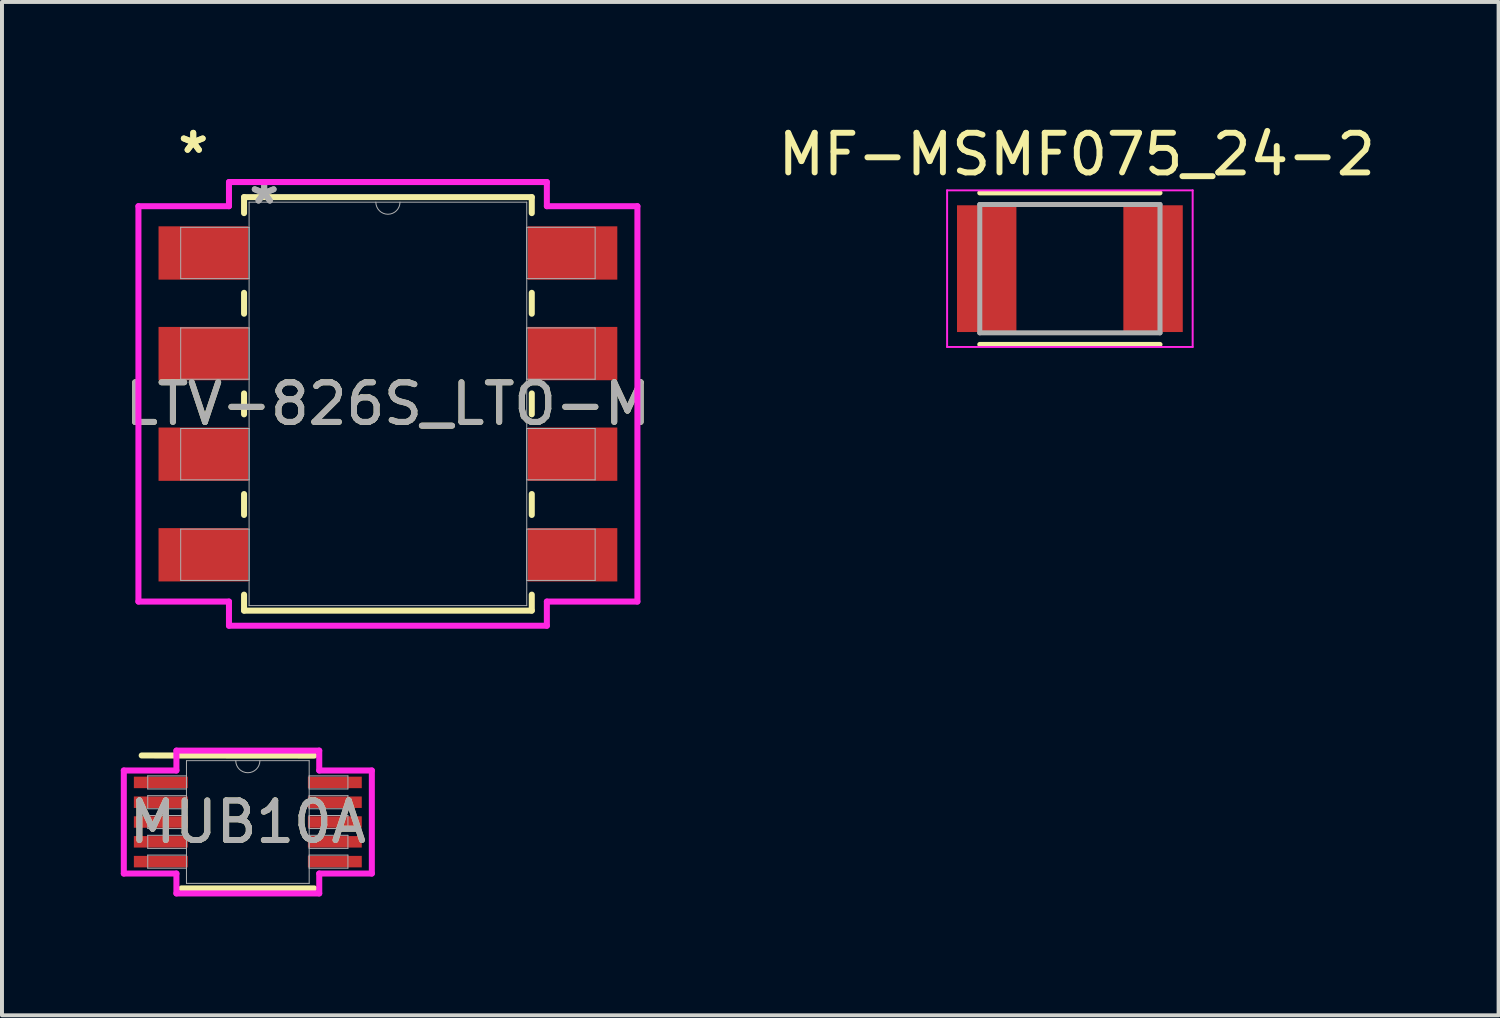
<source format=kicad_pcb>
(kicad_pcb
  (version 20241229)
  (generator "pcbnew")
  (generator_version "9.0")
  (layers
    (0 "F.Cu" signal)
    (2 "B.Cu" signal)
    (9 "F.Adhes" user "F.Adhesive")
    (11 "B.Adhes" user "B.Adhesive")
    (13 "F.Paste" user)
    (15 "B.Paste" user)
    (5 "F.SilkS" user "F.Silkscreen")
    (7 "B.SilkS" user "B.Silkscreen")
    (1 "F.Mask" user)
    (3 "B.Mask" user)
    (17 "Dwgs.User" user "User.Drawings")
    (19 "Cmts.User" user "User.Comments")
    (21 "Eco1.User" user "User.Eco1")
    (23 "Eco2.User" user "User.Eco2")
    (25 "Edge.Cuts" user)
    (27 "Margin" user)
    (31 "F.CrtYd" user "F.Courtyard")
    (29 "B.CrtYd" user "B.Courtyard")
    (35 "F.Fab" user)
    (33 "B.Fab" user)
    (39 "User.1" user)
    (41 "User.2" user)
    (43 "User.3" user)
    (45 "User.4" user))
  (footprint "MUB10A"
    (layer "F.Cu")
    (at 3.207 17.704)
    (property "Reference" "MUB10A" (at 0 0 0) (unlocked yes) (layer "F.SilkS") (effects (font (size 1 1) (thickness 0.15))))
    (attr smd)
    (fp_line (start -1.676 1.676) (end 1.676 1.676) (stroke (width 0.152) (type solid)) (layer "F.SilkS"))
    (fp_line (start 1.676 -1.676) (end -2.68 -1.68) (stroke (width 0.152) (type solid)) (layer "F.SilkS"))
    (fp_line (start -3.131 -1.301) (end -1.803 -1.301) (stroke (width 0.152) (type solid)) (layer "F.CrtYd"))
    (fp_line (start -3.131 1.301) (end -3.131 -1.301) (stroke (width 0.152) (type solid)) (layer "F.CrtYd"))
    (fp_line (start -3.131 1.301) (end -1.803 1.301) (stroke (width 0.152) (type solid)) (layer "F.CrtYd"))
    (fp_line (start -1.803 -1.803) (end 1.803 -1.803) (stroke (width 0.152) (type solid)) (layer "F.CrtYd"))
    (fp_line (start -1.803 -1.301) (end -1.803 -1.803) (stroke (width 0.152) (type solid)) (layer "F.CrtYd"))
    (fp_line (start -1.803 1.803) (end -1.803 1.301) (stroke (width 0.152) (type solid)) (layer "F.CrtYd"))
    (fp_line (start 1.803 -1.803) (end 1.803 -1.301) (stroke (width 0.152) (type solid)) (layer "F.CrtYd"))
    (fp_line (start 1.803 1.301) (end 1.803 1.803) (stroke (width 0.152) (type solid)) (layer "F.CrtYd"))
    (fp_line (start 1.803 1.803) (end -1.803 1.803) (stroke (width 0.152) (type solid)) (layer "F.CrtYd"))
    (fp_line (start 3.131 -1.301) (end 1.803 -1.301) (stroke (width 0.152) (type solid)) (layer "F.CrtYd"))
    (fp_line (start 3.131 -1.301) (end 3.131 1.301) (stroke (width 0.152) (type solid)) (layer "F.CrtYd"))
    (fp_line (start 3.131 1.301) (end 1.803 1.301) (stroke (width 0.152) (type solid)) (layer "F.CrtYd"))
    (fp_line (start -2.527 -1.165) (end -2.527 -0.835) (stroke (width 0.025) (type solid)) (layer "F.Fab"))
    (fp_line (start -2.527 -0.835) (end -1.549 -0.835) (stroke (width 0.025) (type solid)) (layer "F.Fab"))
    (fp_line (start -2.527 -0.665) (end -2.527 -0.335) (stroke (width 0.025) (type solid)) (layer "F.Fab"))
    (fp_line (start -2.527 -0.335) (end -1.549 -0.335) (stroke (width 0.025) (type solid)) (layer "F.Fab"))
    (fp_line (start -2.527 -0.165) (end -2.527 0.165) (stroke (width 0.025) (type solid)) (layer "F.Fab"))
    (fp_line (start -2.527 0.165) (end -1.549 0.165) (stroke (width 0.025) (type solid)) (layer "F.Fab"))
    (fp_line (start -2.527 0.335) (end -2.527 0.665) (stroke (width 0.025) (type solid)) (layer "F.Fab"))
    (fp_line (start -2.527 0.665) (end -1.549 0.665) (stroke (width 0.025) (type solid)) (layer "F.Fab"))
    (fp_line (start -2.527 0.835) (end -2.527 1.165) (stroke (width 0.025) (type solid)) (layer "F.Fab"))
    (fp_line (start -2.527 1.165) (end -1.549 1.165) (stroke (width 0.025) (type solid)) (layer "F.Fab"))
    (fp_line (start -1.549 -1.549) (end -1.549 1.549) (stroke (width 0.025) (type solid)) (layer "F.Fab"))
    (fp_line (start -1.549 -1.165) (end -2.527 -1.165) (stroke (width 0.025) (type solid)) (layer "F.Fab"))
    (fp_line (start -1.549 -0.835) (end -1.549 -1.165) (stroke (width 0.025) (type solid)) (layer "F.Fab"))
    (fp_line (start -1.549 -0.665) (end -2.527 -0.665) (stroke (width 0.025) (type solid)) (layer "F.Fab"))
    (fp_line (start -1.549 -0.335) (end -1.549 -0.665) (stroke (width 0.025) (type solid)) (layer "F.Fab"))
    (fp_line (start -1.549 -0.165) (end -2.527 -0.165) (stroke (width 0.025) (type solid)) (layer "F.Fab"))
    (fp_line (start -1.549 0.165) (end -1.549 -0.165) (stroke (width 0.025) (type solid)) (layer "F.Fab"))
    (fp_line (start -1.549 0.335) (end -2.527 0.335) (stroke (width 0.025) (type solid)) (layer "F.Fab"))
    (fp_line (start -1.549 0.665) (end -1.549 0.335) (stroke (width 0.025) (type solid)) (layer "F.Fab"))
    (fp_line (start -1.549 0.835) (end -2.527 0.835) (stroke (width 0.025) (type solid)) (layer "F.Fab"))
    (fp_line (start -1.549 1.165) (end -1.549 0.835) (stroke (width 0.025) (type solid)) (layer "F.Fab"))
    (fp_line (start -1.549 1.549) (end 1.549 1.549) (stroke (width 0.025) (type solid)) (layer "F.Fab"))
    (fp_line (start 1.549 -1.549) (end -1.549 -1.549) (stroke (width 0.025) (type solid)) (layer "F.Fab"))
    (fp_line (start 1.549 -1.165) (end 1.549 -0.835) (stroke (width 0.025) (type solid)) (layer "F.Fab"))
    (fp_line (start 1.549 -0.835) (end 2.527 -0.835) (stroke (width 0.025) (type solid)) (layer "F.Fab"))
    (fp_line (start 1.549 -0.665) (end 1.549 -0.335) (stroke (width 0.025) (type solid)) (layer "F.Fab"))
    (fp_line (start 1.549 -0.335) (end 2.527 -0.335) (stroke (width 0.025) (type solid)) (layer "F.Fab"))
    (fp_line (start 1.549 -0.165) (end 1.549 0.165) (stroke (width 0.025) (type solid)) (layer "F.Fab"))
    (fp_line (start 1.549 0.165) (end 2.527 0.165) (stroke (width 0.025) (type solid)) (layer "F.Fab"))
    (fp_line (start 1.549 0.335) (end 1.549 0.665) (stroke (width 0.025) (type solid)) (layer "F.Fab"))
    (fp_line (start 1.549 0.665) (end 2.527 0.665) (stroke (width 0.025) (type solid)) (layer "F.Fab"))
    (fp_line (start 1.549 0.835) (end 1.549 1.165) (stroke (width 0.025) (type solid)) (layer "F.Fab"))
    (fp_line (start 1.549 1.165) (end 2.527 1.165) (stroke (width 0.025) (type solid)) (layer "F.Fab"))
    (fp_line (start 1.549 1.549) (end 1.549 -1.549) (stroke (width 0.025) (type solid)) (layer "F.Fab"))
    (fp_line (start 2.527 -1.165) (end 1.549 -1.165) (stroke (width 0.025) (type solid)) (layer "F.Fab"))
    (fp_line (start 2.527 -0.835) (end 2.527 -1.165) (stroke (width 0.025) (type solid)) (layer "F.Fab"))
    (fp_line (start 2.527 -0.665) (end 1.549 -0.665) (stroke (width 0.025) (type solid)) (layer "F.Fab"))
    (fp_line (start 2.527 -0.335) (end 2.527 -0.665) (stroke (width 0.025) (type solid)) (layer "F.Fab"))
    (fp_line (start 2.527 -0.165) (end 1.549 -0.165) (stroke (width 0.025) (type solid)) (layer "F.Fab"))
    (fp_line (start 2.527 0.165) (end 2.527 -0.165) (stroke (width 0.025) (type solid)) (layer "F.Fab"))
    (fp_line (start 2.527 0.335) (end 1.549 0.335) (stroke (width 0.025) (type solid)) (layer "F.Fab"))
    (fp_line (start 2.527 0.665) (end 2.527 0.335) (stroke (width 0.025) (type solid)) (layer "F.Fab"))
    (fp_line (start 2.527 0.835) (end 1.549 0.835) (stroke (width 0.025) (type solid)) (layer "F.Fab"))
    (fp_line (start 2.527 1.165) (end 2.527 0.835) (stroke (width 0.025) (type solid)) (layer "F.Fab"))
    (fp_arc (start 0.3048 -1.5494) (mid 0 -1.2446) (end -0.3048 -1.5494) (stroke (width 0.0254) (type solid)) (layer "F.Fab"))
    (fp_text user "${REFERENCE}" (at 0 0 0) (unlocked yes) (layer "F.Fab") (effects (font (size 1 1) (thickness 0.15))))
    (pad "1" smd rect (at -2.197 -1) (size 1.36 0.29) (layers "F.Cu" "F.Mask" "F.Paste"))
    (pad "2" smd rect (at -2.197 -0.5) (size 1.36 0.29) (layers "F.Cu" "F.Mask" "F.Paste"))
    (pad "3" smd rect (at -2.197 0) (size 1.36 0.29) (layers "F.Cu" "F.Mask" "F.Paste"))
    (pad "4" smd rect (at -2.197 0.5) (size 1.36 0.29) (layers "F.Cu" "F.Mask" "F.Paste"))
    (pad "5" smd rect (at -2.197 1) (size 1.36 0.29) (layers "F.Cu" "F.Mask" "F.Paste"))
    (pad "6" smd rect (at 2.197 1) (size 1.36 0.29) (layers "F.Cu" "F.Mask" "F.Paste"))
    (pad "7" smd rect (at 2.197 0.5) (size 1.36 0.29) (layers "F.Cu" "F.Mask" "F.Paste"))
    (pad "8" smd rect (at 2.197 0) (size 1.36 0.29) (layers "F.Cu" "F.Mask" "F.Paste"))
    (pad "9" smd rect (at 2.197 -0.5) (size 1.36 0.29) (layers "F.Cu" "F.Mask" "F.Paste"))
    (pad "10" smd rect (at 2.197 -1) (size 1.36 0.29) (layers "F.Cu" "F.Mask" "F.Paste")))
  (footprint "MF-MSMF075_24-2"
    (layer "F.Cu")
    (at 23.962 3.733)
    (property "Reference" "MF-MSMF075_24-2" (at 0.175 -2.885 0) (layer "F.SilkS") (effects (font (size 1 1) (thickness 0.15))))
    (attr smd)
    (fp_line (start -2.275 1.913) (end 2.275 1.913) (stroke (width 0.127) (type solid)) (layer "F.SilkS"))
    (fp_line (start 2.275 -1.913) (end -2.275 -1.913) (stroke (width 0.127) (type solid)) (layer "F.SilkS"))
    (fp_line (start -3.1 -1.977) (end 3.1 -1.977) (stroke (width 0.05) (type solid)) (layer "F.CrtYd"))
    (fp_line (start -3.1 1.977) (end -3.1 -1.977) (stroke (width 0.05) (type solid)) (layer "F.CrtYd"))
    (fp_line (start 3.1 -1.977) (end 3.1 1.977) (stroke (width 0.05) (type solid)) (layer "F.CrtYd"))
    (fp_line (start 3.1 1.977) (end -3.1 1.977) (stroke (width 0.05) (type solid)) (layer "F.CrtYd"))
    (fp_line (start -2.275 -1.62) (end -2.275 1.62) (stroke (width 0.127) (type solid)) (layer "F.Fab"))
    (fp_line (start -2.275 1.62) (end 2.275 1.62) (stroke (width 0.127) (type solid)) (layer "F.Fab"))
    (fp_line (start 2.275 -1.62) (end -2.275 -1.62) (stroke (width 0.127) (type solid)) (layer "F.Fab"))
    (fp_line (start 2.275 1.62) (end 2.275 -1.62) (stroke (width 0.127) (type solid)) (layer "F.Fab"))
    (pad "1" smd rect (at -2.1 0) (size 1.5 3.2) (layers "F.Cu" "F.Mask" "F.Paste"))
    (pad "2" smd rect (at 2.1 0) (size 1.5 3.2) (layers "F.Cu" "F.Mask" "F.Paste")))
  (footprint "LTV-826S_LTO-M"
    (layer "F.Cu")
    (at 6.744 7.147)
    (property "Reference" "LTV-826S_LTO-M" (at 0 0 0) (unlocked yes) (layer "F.SilkS") (effects (font (size 1 1) (thickness 0.15))))
    (attr smd)
    (fp_line (start -3.632 -5.22) (end -3.632 -4.816) (stroke (width 0.152) (type solid)) (layer "F.SilkS"))
    (fp_line (start -3.632 -2.804) (end -3.632 -2.276) (stroke (width 0.152) (type solid)) (layer "F.SilkS"))
    (fp_line (start -3.632 -0.264) (end -3.632 0.264) (stroke (width 0.152) (type solid)) (layer "F.SilkS"))
    (fp_line (start -3.632 2.276) (end -3.632 2.804) (stroke (width 0.152) (type solid)) (layer "F.SilkS"))
    (fp_line (start -3.632 4.816) (end -3.632 5.22) (stroke (width 0.152) (type solid)) (layer "F.SilkS"))
    (fp_line (start -3.632 5.22) (end 3.632 5.22) (stroke (width 0.152) (type solid)) (layer "F.SilkS"))
    (fp_line (start 3.632 -5.22) (end -3.632 -5.22) (stroke (width 0.152) (type solid)) (layer "F.SilkS"))
    (fp_line (start 3.632 -4.816) (end 3.632 -5.22) (stroke (width 0.152) (type solid)) (layer "F.SilkS"))
    (fp_line (start 3.632 -2.276) (end 3.632 -2.804) (stroke (width 0.152) (type solid)) (layer "F.SilkS"))
    (fp_line (start 3.632 0.264) (end 3.632 -0.264) (stroke (width 0.152) (type solid)) (layer "F.SilkS"))
    (fp_line (start 3.632 2.804) (end 3.632 2.276) (stroke (width 0.152) (type solid)) (layer "F.SilkS"))
    (fp_line (start 3.632 5.22) (end 3.632 4.816) (stroke (width 0.152) (type solid)) (layer "F.SilkS"))
    (fp_line (start -6.299 -4.991) (end -4.013 -4.991) (stroke (width 0.152) (type solid)) (layer "F.CrtYd"))
    (fp_line (start -6.299 4.991) (end -6.299 -4.991) (stroke (width 0.152) (type solid)) (layer "F.CrtYd"))
    (fp_line (start -6.299 4.991) (end -4.013 4.991) (stroke (width 0.152) (type solid)) (layer "F.CrtYd"))
    (fp_line (start -4.013 -5.601) (end 4.013 -5.601) (stroke (width 0.152) (type solid)) (layer "F.CrtYd"))
    (fp_line (start -4.013 -4.991) (end -4.013 -5.601) (stroke (width 0.152) (type solid)) (layer "F.CrtYd"))
    (fp_line (start -4.013 5.601) (end -4.013 4.991) (stroke (width 0.152) (type solid)) (layer "F.CrtYd"))
    (fp_line (start 4.013 -5.601) (end 4.013 -4.991) (stroke (width 0.152) (type solid)) (layer "F.CrtYd"))
    (fp_line (start 4.013 4.991) (end 4.013 5.601) (stroke (width 0.152) (type solid)) (layer "F.CrtYd"))
    (fp_line (start 4.013 5.601) (end -4.013 5.601) (stroke (width 0.152) (type solid)) (layer "F.CrtYd"))
    (fp_line (start 6.299 -4.991) (end 4.013 -4.991) (stroke (width 0.152) (type solid)) (layer "F.CrtYd"))
    (fp_line (start 6.299 -4.991) (end 6.299 4.991) (stroke (width 0.152) (type solid)) (layer "F.CrtYd"))
    (fp_line (start 6.299 4.991) (end 4.013 4.991) (stroke (width 0.152) (type solid)) (layer "F.CrtYd"))
    (fp_line (start -5.232 -4.458) (end -5.232 -3.162) (stroke (width 0.025) (type solid)) (layer "F.Fab"))
    (fp_line (start -5.232 -3.162) (end -3.505 -3.162) (stroke (width 0.025) (type solid)) (layer "F.Fab"))
    (fp_line (start -5.232 -1.918) (end -5.232 -0.622) (stroke (width 0.025) (type solid)) (layer "F.Fab"))
    (fp_line (start -5.232 -0.622) (end -3.505 -0.622) (stroke (width 0.025) (type solid)) (layer "F.Fab"))
    (fp_line (start -5.232 0.622) (end -5.232 1.918) (stroke (width 0.025) (type solid)) (layer "F.Fab"))
    (fp_line (start -5.232 1.918) (end -3.505 1.918) (stroke (width 0.025) (type solid)) (layer "F.Fab"))
    (fp_line (start -5.232 3.162) (end -5.232 4.458) (stroke (width 0.025) (type solid)) (layer "F.Fab"))
    (fp_line (start -5.232 4.458) (end -3.505 4.458) (stroke (width 0.025) (type solid)) (layer "F.Fab"))
    (fp_line (start -3.505 -5.093) (end -3.505 5.093) (stroke (width 0.025) (type solid)) (layer "F.Fab"))
    (fp_line (start -3.505 -4.458) (end -5.232 -4.458) (stroke (width 0.025) (type solid)) (layer "F.Fab"))
    (fp_line (start -3.505 -3.162) (end -3.505 -4.458) (stroke (width 0.025) (type solid)) (layer "F.Fab"))
    (fp_line (start -3.505 -1.918) (end -5.232 -1.918) (stroke (width 0.025) (type solid)) (layer "F.Fab"))
    (fp_line (start -3.505 -0.622) (end -3.505 -1.918) (stroke (width 0.025) (type solid)) (layer "F.Fab"))
    (fp_line (start -3.505 0.622) (end -5.232 0.622) (stroke (width 0.025) (type solid)) (layer "F.Fab"))
    (fp_line (start -3.505 1.918) (end -3.505 0.622) (stroke (width 0.025) (type solid)) (layer "F.Fab"))
    (fp_line (start -3.505 3.162) (end -5.232 3.162) (stroke (width 0.025) (type solid)) (layer "F.Fab"))
    (fp_line (start -3.505 4.458) (end -3.505 3.162) (stroke (width 0.025) (type solid)) (layer "F.Fab"))
    (fp_line (start -3.505 5.093) (end 3.505 5.093) (stroke (width 0.025) (type solid)) (layer "F.Fab"))
    (fp_line (start 3.505 -5.093) (end -3.505 -5.093) (stroke (width 0.025) (type solid)) (layer "F.Fab"))
    (fp_line (start 3.505 -4.458) (end 3.505 -3.162) (stroke (width 0.025) (type solid)) (layer "F.Fab"))
    (fp_line (start 3.505 -3.162) (end 5.232 -3.162) (stroke (width 0.025) (type solid)) (layer "F.Fab"))
    (fp_line (start 3.505 -1.918) (end 3.505 -0.622) (stroke (width 0.025) (type solid)) (layer "F.Fab"))
    (fp_line (start 3.505 -0.622) (end 5.232 -0.622) (stroke (width 0.025) (type solid)) (layer "F.Fab"))
    (fp_line (start 3.505 0.622) (end 3.505 1.918) (stroke (width 0.025) (type solid)) (layer "F.Fab"))
    (fp_line (start 3.505 1.918) (end 5.232 1.918) (stroke (width 0.025) (type solid)) (layer "F.Fab"))
    (fp_line (start 3.505 3.162) (end 3.505 4.458) (stroke (width 0.025) (type solid)) (layer "F.Fab"))
    (fp_line (start 3.505 4.458) (end 5.232 4.458) (stroke (width 0.025) (type solid)) (layer "F.Fab"))
    (fp_line (start 3.505 5.093) (end 3.505 -5.093) (stroke (width 0.025) (type solid)) (layer "F.Fab"))
    (fp_line (start 5.232 -4.458) (end 3.505 -4.458) (stroke (width 0.025) (type solid)) (layer "F.Fab"))
    (fp_line (start 5.232 -3.162) (end 5.232 -4.458) (stroke (width 0.025) (type solid)) (layer "F.Fab"))
    (fp_line (start 5.232 -1.918) (end 3.505 -1.918) (stroke (width 0.025) (type solid)) (layer "F.Fab"))
    (fp_line (start 5.232 -0.622) (end 5.232 -1.918) (stroke (width 0.025) (type solid)) (layer "F.Fab"))
    (fp_line (start 5.232 0.622) (end 3.505 0.622) (stroke (width 0.025) (type solid)) (layer "F.Fab"))
    (fp_line (start 5.232 1.918) (end 5.232 0.622) (stroke (width 0.025) (type solid)) (layer "F.Fab"))
    (fp_line (start 5.232 3.162) (end 3.505 3.162) (stroke (width 0.025) (type solid)) (layer "F.Fab"))
    (fp_line (start 5.232 4.458) (end 5.232 3.162) (stroke (width 0.025) (type solid)) (layer "F.Fab"))
    (fp_arc (start 0.3048 -5.0927) (mid 0 -4.7879) (end -0.3048 -5.0927) (stroke (width 0.0254) (type solid)) (layer "F.Fab"))
    (fp_text user "*" (at -4.915 -6.299 0) (unlocked yes) (layer "F.SilkS") (effects (font (size 1 1) (thickness 0.15))))
    (fp_text user "*" (at -4.915 -6.299 0) (layer "F.SilkS") (effects (font (size 1 1) (thickness 0.15))))
    (fp_text user "${REFERENCE}" (at 0 0 0) (unlocked yes) (layer "F.Fab") (effects (font (size 1 1) (thickness 0.15))))
    (fp_text user "*" (at -3.124 -5.016 0) (layer "F.Fab") (effects (font (size 1 1) (thickness 0.15))))
    (fp_text user "*" (at -3.124 -5.016 0) (unlocked yes) (layer "F.Fab") (effects (font (size 1 1) (thickness 0.15))))
    (pad "1" smd rect (at -4.661 -3.81) (size 2.261 1.346) (layers "F.Cu" "F.Mask" "F.Paste"))
    (pad "2" smd rect (at -4.661 -1.27) (size 2.261 1.346) (layers "F.Cu" "F.Mask" "F.Paste"))
    (pad "3" smd rect (at -4.661 1.27) (size 2.261 1.346) (layers "F.Cu" "F.Mask" "F.Paste"))
    (pad "4" smd rect (at -4.661 3.81) (size 2.261 1.346) (layers "F.Cu" "F.Mask" "F.Paste"))
    (pad "5" smd rect (at 4.661 3.81) (size 2.261 1.346) (layers "F.Cu" "F.Mask" "F.Paste"))
    (pad "6" smd rect (at 4.661 1.27) (size 2.261 1.346) (layers "F.Cu" "F.Mask" "F.Paste"))
    (pad "7" smd rect (at 4.661 -1.27) (size 2.261 1.346) (layers "F.Cu" "F.Mask" "F.Paste"))
    (pad "8" smd rect (at 4.661 -3.81) (size 2.261 1.346) (layers "F.Cu" "F.Mask" "F.Paste")))
  (gr_rect
    (start -3 -3)
    (end 34.786 22.584)
    (stroke (width 0.1) (type default))
    (fill no)
    (layer "Edge.Cuts")))
</source>
